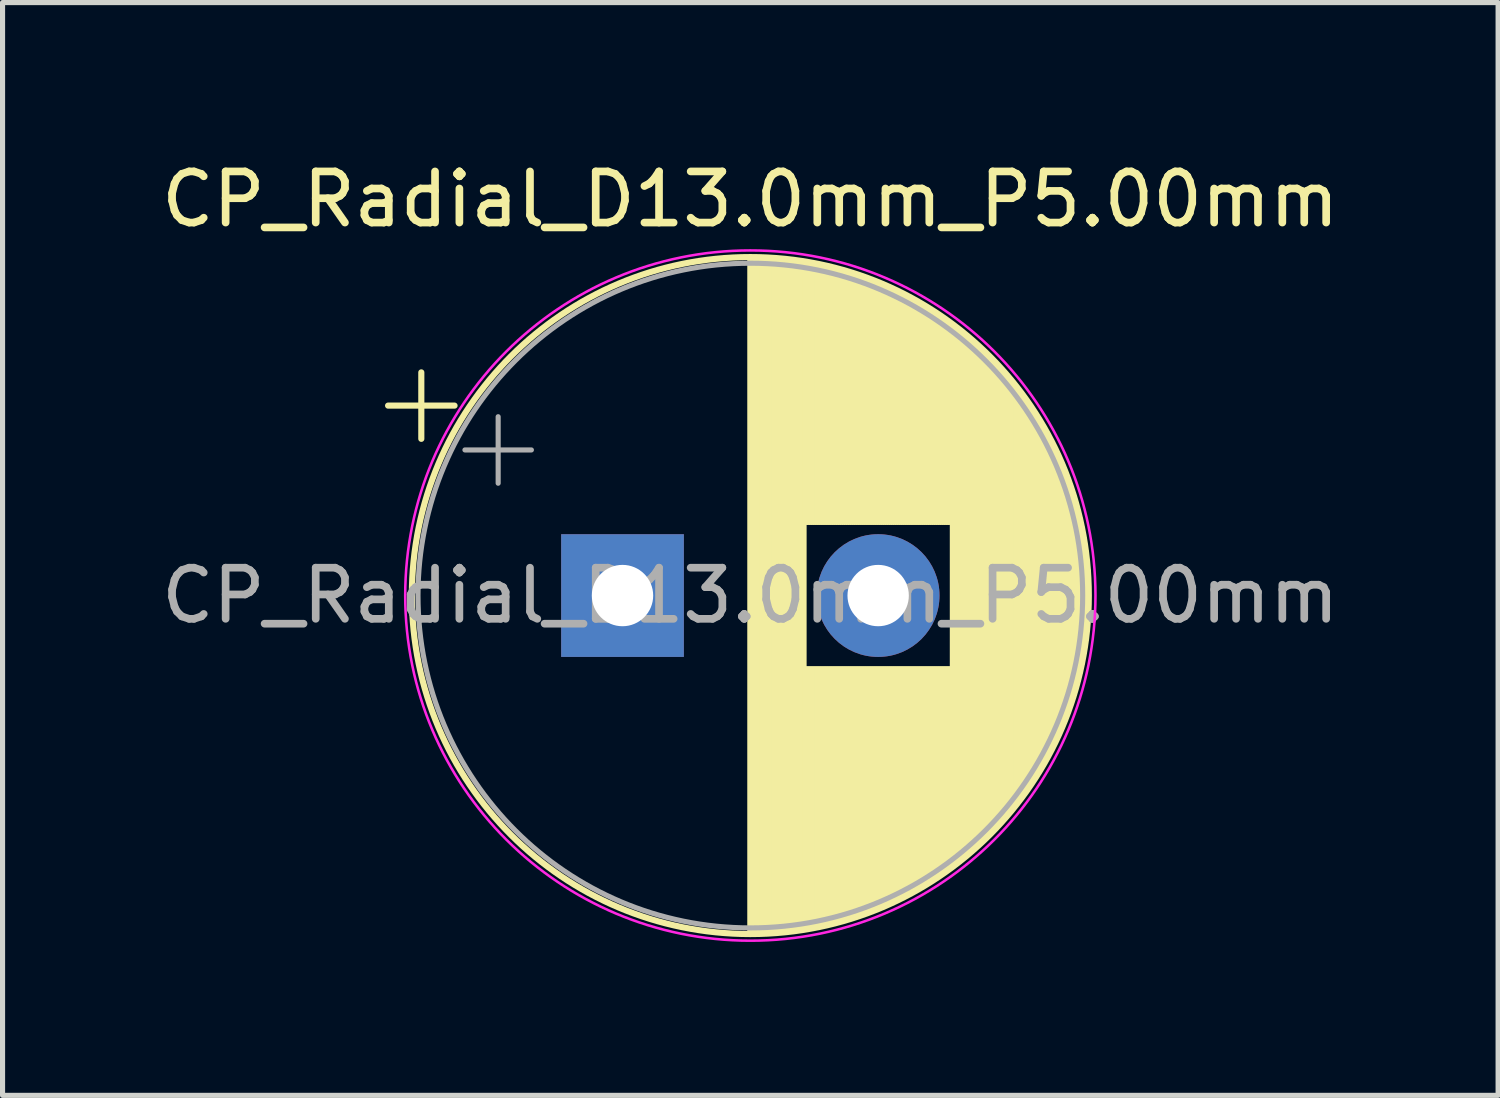
<source format=kicad_pcb>
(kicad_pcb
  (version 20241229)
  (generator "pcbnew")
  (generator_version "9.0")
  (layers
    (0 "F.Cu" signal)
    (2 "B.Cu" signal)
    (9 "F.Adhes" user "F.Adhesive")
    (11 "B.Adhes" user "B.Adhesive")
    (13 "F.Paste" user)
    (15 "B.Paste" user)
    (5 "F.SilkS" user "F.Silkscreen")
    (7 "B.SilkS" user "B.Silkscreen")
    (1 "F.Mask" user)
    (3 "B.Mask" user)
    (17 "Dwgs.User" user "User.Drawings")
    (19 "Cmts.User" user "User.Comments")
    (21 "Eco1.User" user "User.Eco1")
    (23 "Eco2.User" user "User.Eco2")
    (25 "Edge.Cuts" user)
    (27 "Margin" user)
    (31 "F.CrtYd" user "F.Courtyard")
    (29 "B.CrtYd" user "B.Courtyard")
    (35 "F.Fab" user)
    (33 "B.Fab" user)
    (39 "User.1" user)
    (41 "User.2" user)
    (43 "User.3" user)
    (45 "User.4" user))
  (footprint "CP_Radial_D13.0mm_P5.00mm"
    (layer "F.Cu")
    (at 9.125 8.598)
    (property "Reference" "CP_Radial_D13.0mm_P5.00mm" (at 2.5 -7.75 0) (layer "F.SilkS") (effects (font (size 1 1) (thickness 0.15))))
    (attr through_hole)
    (fp_line (start -4.585 -3.715) (end -3.285 -3.715) (stroke (width 0.12) (type solid)) (layer "F.SilkS"))
    (fp_line (start -3.935 -4.365) (end -3.935 -3.065) (stroke (width 0.12) (type solid)) (layer "F.SilkS"))
    (fp_line (start 2.5 -6.58) (end 2.5 6.58) (stroke (width 0.12) (type solid)) (layer "F.SilkS"))
    (fp_line (start 2.54 -6.58) (end 2.54 6.58) (stroke (width 0.12) (type solid)) (layer "F.SilkS"))
    (fp_line (start 2.58 -6.58) (end 2.58 6.58) (stroke (width 0.12) (type solid)) (layer "F.SilkS"))
    (fp_line (start 2.62 -6.579) (end 2.62 6.579) (stroke (width 0.12) (type solid)) (layer "F.SilkS"))
    (fp_line (start 2.66 -6.579) (end 2.66 6.579) (stroke (width 0.12) (type solid)) (layer "F.SilkS"))
    (fp_line (start 2.7 -6.577) (end 2.7 6.577) (stroke (width 0.12) (type solid)) (layer "F.SilkS"))
    (fp_line (start 2.74 -6.576) (end 2.74 6.576) (stroke (width 0.12) (type solid)) (layer "F.SilkS"))
    (fp_line (start 2.78 -6.575) (end 2.78 6.575) (stroke (width 0.12) (type solid)) (layer "F.SilkS"))
    (fp_line (start 2.82 -6.573) (end 2.82 6.573) (stroke (width 0.12) (type solid)) (layer "F.SilkS"))
    (fp_line (start 2.86 -6.571) (end 2.86 6.571) (stroke (width 0.12) (type solid)) (layer "F.SilkS"))
    (fp_line (start 2.9 -6.568) (end 2.9 6.568) (stroke (width 0.12) (type solid)) (layer "F.SilkS"))
    (fp_line (start 2.94 -6.566) (end 2.94 6.566) (stroke (width 0.12) (type solid)) (layer "F.SilkS"))
    (fp_line (start 2.98 -6.563) (end 2.98 6.563) (stroke (width 0.12) (type solid)) (layer "F.SilkS"))
    (fp_line (start 3.02 -6.56) (end 3.02 6.56) (stroke (width 0.12) (type solid)) (layer "F.SilkS"))
    (fp_line (start 3.06 -6.557) (end 3.06 6.557) (stroke (width 0.12) (type solid)) (layer "F.SilkS"))
    (fp_line (start 3.1 -6.553) (end 3.1 6.553) (stroke (width 0.12) (type solid)) (layer "F.SilkS"))
    (fp_line (start 3.14 -6.549) (end 3.14 6.549) (stroke (width 0.12) (type solid)) (layer "F.SilkS"))
    (fp_line (start 3.18 -6.545) (end 3.18 6.545) (stroke (width 0.12) (type solid)) (layer "F.SilkS"))
    (fp_line (start 3.221 -6.541) (end 3.221 6.541) (stroke (width 0.12) (type solid)) (layer "F.SilkS"))
    (fp_line (start 3.261 -6.537) (end 3.261 6.537) (stroke (width 0.12) (type solid)) (layer "F.SilkS"))
    (fp_line (start 3.301 -6.532) (end 3.301 6.532) (stroke (width 0.12) (type solid)) (layer "F.SilkS"))
    (fp_line (start 3.341 -6.527) (end 3.341 6.527) (stroke (width 0.12) (type solid)) (layer "F.SilkS"))
    (fp_line (start 3.381 -6.522) (end 3.381 6.522) (stroke (width 0.12) (type solid)) (layer "F.SilkS"))
    (fp_line (start 3.421 -6.516) (end 3.421 6.516) (stroke (width 0.12) (type solid)) (layer "F.SilkS"))
    (fp_line (start 3.461 -6.511) (end 3.461 6.511) (stroke (width 0.12) (type solid)) (layer "F.SilkS"))
    (fp_line (start 3.501 -6.505) (end 3.501 6.505) (stroke (width 0.12) (type solid)) (layer "F.SilkS"))
    (fp_line (start 3.541 -6.498) (end 3.541 6.498) (stroke (width 0.12) (type solid)) (layer "F.SilkS"))
    (fp_line (start 3.581 -6.492) (end 3.581 -1.44) (stroke (width 0.12) (type solid)) (layer "F.SilkS"))
    (fp_line (start 3.581 1.44) (end 3.581 6.492) (stroke (width 0.12) (type solid)) (layer "F.SilkS"))
    (fp_line (start 3.621 -6.485) (end 3.621 -1.44) (stroke (width 0.12) (type solid)) (layer "F.SilkS"))
    (fp_line (start 3.621 1.44) (end 3.621 6.485) (stroke (width 0.12) (type solid)) (layer "F.SilkS"))
    (fp_line (start 3.661 -6.478) (end 3.661 -1.44) (stroke (width 0.12) (type solid)) (layer "F.SilkS"))
    (fp_line (start 3.661 1.44) (end 3.661 6.478) (stroke (width 0.12) (type solid)) (layer "F.SilkS"))
    (fp_line (start 3.701 -6.471) (end 3.701 -1.44) (stroke (width 0.12) (type solid)) (layer "F.SilkS"))
    (fp_line (start 3.701 1.44) (end 3.701 6.471) (stroke (width 0.12) (type solid)) (layer "F.SilkS"))
    (fp_line (start 3.741 -6.463) (end 3.741 -1.44) (stroke (width 0.12) (type solid)) (layer "F.SilkS"))
    (fp_line (start 3.741 1.44) (end 3.741 6.463) (stroke (width 0.12) (type solid)) (layer "F.SilkS"))
    (fp_line (start 3.781 -6.456) (end 3.781 -1.44) (stroke (width 0.12) (type solid)) (layer "F.SilkS"))
    (fp_line (start 3.781 1.44) (end 3.781 6.456) (stroke (width 0.12) (type solid)) (layer "F.SilkS"))
    (fp_line (start 3.821 -6.448) (end 3.821 -1.44) (stroke (width 0.12) (type solid)) (layer "F.SilkS"))
    (fp_line (start 3.821 1.44) (end 3.821 6.448) (stroke (width 0.12) (type solid)) (layer "F.SilkS"))
    (fp_line (start 3.861 -6.439) (end 3.861 -1.44) (stroke (width 0.12) (type solid)) (layer "F.SilkS"))
    (fp_line (start 3.861 1.44) (end 3.861 6.439) (stroke (width 0.12) (type solid)) (layer "F.SilkS"))
    (fp_line (start 3.901 -6.431) (end 3.901 -1.44) (stroke (width 0.12) (type solid)) (layer "F.SilkS"))
    (fp_line (start 3.901 1.44) (end 3.901 6.431) (stroke (width 0.12) (type solid)) (layer "F.SilkS"))
    (fp_line (start 3.941 -6.422) (end 3.941 -1.44) (stroke (width 0.12) (type solid)) (layer "F.SilkS"))
    (fp_line (start 3.941 1.44) (end 3.941 6.422) (stroke (width 0.12) (type solid)) (layer "F.SilkS"))
    (fp_line (start 3.981 -6.413) (end 3.981 -1.44) (stroke (width 0.12) (type solid)) (layer "F.SilkS"))
    (fp_line (start 3.981 1.44) (end 3.981 6.413) (stroke (width 0.12) (type solid)) (layer "F.SilkS"))
    (fp_line (start 4.021 -6.404) (end 4.021 -1.44) (stroke (width 0.12) (type solid)) (layer "F.SilkS"))
    (fp_line (start 4.021 1.44) (end 4.021 6.404) (stroke (width 0.12) (type solid)) (layer "F.SilkS"))
    (fp_line (start 4.061 -6.394) (end 4.061 -1.44) (stroke (width 0.12) (type solid)) (layer "F.SilkS"))
    (fp_line (start 4.061 1.44) (end 4.061 6.394) (stroke (width 0.12) (type solid)) (layer "F.SilkS"))
    (fp_line (start 4.101 -6.384) (end 4.101 -1.44) (stroke (width 0.12) (type solid)) (layer "F.SilkS"))
    (fp_line (start 4.101 1.44) (end 4.101 6.384) (stroke (width 0.12) (type solid)) (layer "F.SilkS"))
    (fp_line (start 4.141 -6.374) (end 4.141 -1.44) (stroke (width 0.12) (type solid)) (layer "F.SilkS"))
    (fp_line (start 4.141 1.44) (end 4.141 6.374) (stroke (width 0.12) (type solid)) (layer "F.SilkS"))
    (fp_line (start 4.181 -6.364) (end 4.181 -1.44) (stroke (width 0.12) (type solid)) (layer "F.SilkS"))
    (fp_line (start 4.181 1.44) (end 4.181 6.364) (stroke (width 0.12) (type solid)) (layer "F.SilkS"))
    (fp_line (start 4.221 -6.353) (end 4.221 -1.44) (stroke (width 0.12) (type solid)) (layer "F.SilkS"))
    (fp_line (start 4.221 1.44) (end 4.221 6.353) (stroke (width 0.12) (type solid)) (layer "F.SilkS"))
    (fp_line (start 4.261 -6.342) (end 4.261 -1.44) (stroke (width 0.12) (type solid)) (layer "F.SilkS"))
    (fp_line (start 4.261 1.44) (end 4.261 6.342) (stroke (width 0.12) (type solid)) (layer "F.SilkS"))
    (fp_line (start 4.301 -6.331) (end 4.301 -1.44) (stroke (width 0.12) (type solid)) (layer "F.SilkS"))
    (fp_line (start 4.301 1.44) (end 4.301 6.331) (stroke (width 0.12) (type solid)) (layer "F.SilkS"))
    (fp_line (start 4.341 -6.32) (end 4.341 -1.44) (stroke (width 0.12) (type solid)) (layer "F.SilkS"))
    (fp_line (start 4.341 1.44) (end 4.341 6.32) (stroke (width 0.12) (type solid)) (layer "F.SilkS"))
    (fp_line (start 4.381 -6.308) (end 4.381 -1.44) (stroke (width 0.12) (type solid)) (layer "F.SilkS"))
    (fp_line (start 4.381 1.44) (end 4.381 6.308) (stroke (width 0.12) (type solid)) (layer "F.SilkS"))
    (fp_line (start 4.421 -6.296) (end 4.421 -1.44) (stroke (width 0.12) (type solid)) (layer "F.SilkS"))
    (fp_line (start 4.421 1.44) (end 4.421 6.296) (stroke (width 0.12) (type solid)) (layer "F.SilkS"))
    (fp_line (start 4.461 -6.284) (end 4.461 -1.44) (stroke (width 0.12) (type solid)) (layer "F.SilkS"))
    (fp_line (start 4.461 1.44) (end 4.461 6.284) (stroke (width 0.12) (type solid)) (layer "F.SilkS"))
    (fp_line (start 4.501 -6.271) (end 4.501 -1.44) (stroke (width 0.12) (type solid)) (layer "F.SilkS"))
    (fp_line (start 4.501 1.44) (end 4.501 6.271) (stroke (width 0.12) (type solid)) (layer "F.SilkS"))
    (fp_line (start 4.541 -6.258) (end 4.541 -1.44) (stroke (width 0.12) (type solid)) (layer "F.SilkS"))
    (fp_line (start 4.541 1.44) (end 4.541 6.258) (stroke (width 0.12) (type solid)) (layer "F.SilkS"))
    (fp_line (start 4.581 -6.245) (end 4.581 -1.44) (stroke (width 0.12) (type solid)) (layer "F.SilkS"))
    (fp_line (start 4.581 1.44) (end 4.581 6.245) (stroke (width 0.12) (type solid)) (layer "F.SilkS"))
    (fp_line (start 4.621 -6.232) (end 4.621 -1.44) (stroke (width 0.12) (type solid)) (layer "F.SilkS"))
    (fp_line (start 4.621 1.44) (end 4.621 6.232) (stroke (width 0.12) (type solid)) (layer "F.SilkS"))
    (fp_line (start 4.661 -6.218) (end 4.661 -1.44) (stroke (width 0.12) (type solid)) (layer "F.SilkS"))
    (fp_line (start 4.661 1.44) (end 4.661 6.218) (stroke (width 0.12) (type solid)) (layer "F.SilkS"))
    (fp_line (start 4.701 -6.204) (end 4.701 -1.44) (stroke (width 0.12) (type solid)) (layer "F.SilkS"))
    (fp_line (start 4.701 1.44) (end 4.701 6.204) (stroke (width 0.12) (type solid)) (layer "F.SilkS"))
    (fp_line (start 4.741 -6.19) (end 4.741 -1.44) (stroke (width 0.12) (type solid)) (layer "F.SilkS"))
    (fp_line (start 4.741 1.44) (end 4.741 6.19) (stroke (width 0.12) (type solid)) (layer "F.SilkS"))
    (fp_line (start 4.781 -6.175) (end 4.781 -1.44) (stroke (width 0.12) (type solid)) (layer "F.SilkS"))
    (fp_line (start 4.781 1.44) (end 4.781 6.175) (stroke (width 0.12) (type solid)) (layer "F.SilkS"))
    (fp_line (start 4.821 -6.161) (end 4.821 -1.44) (stroke (width 0.12) (type solid)) (layer "F.SilkS"))
    (fp_line (start 4.821 1.44) (end 4.821 6.161) (stroke (width 0.12) (type solid)) (layer "F.SilkS"))
    (fp_line (start 4.861 -6.146) (end 4.861 -1.44) (stroke (width 0.12) (type solid)) (layer "F.SilkS"))
    (fp_line (start 4.861 1.44) (end 4.861 6.146) (stroke (width 0.12) (type solid)) (layer "F.SilkS"))
    (fp_line (start 4.901 -6.13) (end 4.901 -1.44) (stroke (width 0.12) (type solid)) (layer "F.SilkS"))
    (fp_line (start 4.901 1.44) (end 4.901 6.13) (stroke (width 0.12) (type solid)) (layer "F.SilkS"))
    (fp_line (start 4.941 -6.114) (end 4.941 -1.44) (stroke (width 0.12) (type solid)) (layer "F.SilkS"))
    (fp_line (start 4.941 1.44) (end 4.941 6.114) (stroke (width 0.12) (type solid)) (layer "F.SilkS"))
    (fp_line (start 4.981 -6.098) (end 4.981 -1.44) (stroke (width 0.12) (type solid)) (layer "F.SilkS"))
    (fp_line (start 4.981 1.44) (end 4.981 6.098) (stroke (width 0.12) (type solid)) (layer "F.SilkS"))
    (fp_line (start 5.021 -6.082) (end 5.021 -1.44) (stroke (width 0.12) (type solid)) (layer "F.SilkS"))
    (fp_line (start 5.021 1.44) (end 5.021 6.082) (stroke (width 0.12) (type solid)) (layer "F.SilkS"))
    (fp_line (start 5.061 -6.065) (end 5.061 -1.44) (stroke (width 0.12) (type solid)) (layer "F.SilkS"))
    (fp_line (start 5.061 1.44) (end 5.061 6.065) (stroke (width 0.12) (type solid)) (layer "F.SilkS"))
    (fp_line (start 5.101 -6.049) (end 5.101 -1.44) (stroke (width 0.12) (type solid)) (layer "F.SilkS"))
    (fp_line (start 5.101 1.44) (end 5.101 6.049) (stroke (width 0.12) (type solid)) (layer "F.SilkS"))
    (fp_line (start 5.141 -6.031) (end 5.141 -1.44) (stroke (width 0.12) (type solid)) (layer "F.SilkS"))
    (fp_line (start 5.141 1.44) (end 5.141 6.031) (stroke (width 0.12) (type solid)) (layer "F.SilkS"))
    (fp_line (start 5.181 -6.014) (end 5.181 -1.44) (stroke (width 0.12) (type solid)) (layer "F.SilkS"))
    (fp_line (start 5.181 1.44) (end 5.181 6.014) (stroke (width 0.12) (type solid)) (layer "F.SilkS"))
    (fp_line (start 5.221 -5.996) (end 5.221 -1.44) (stroke (width 0.12) (type solid)) (layer "F.SilkS"))
    (fp_line (start 5.221 1.44) (end 5.221 5.996) (stroke (width 0.12) (type solid)) (layer "F.SilkS"))
    (fp_line (start 5.261 -5.978) (end 5.261 -1.44) (stroke (width 0.12) (type solid)) (layer "F.SilkS"))
    (fp_line (start 5.261 1.44) (end 5.261 5.978) (stroke (width 0.12) (type solid)) (layer "F.SilkS"))
    (fp_line (start 5.301 -5.959) (end 5.301 -1.44) (stroke (width 0.12) (type solid)) (layer "F.SilkS"))
    (fp_line (start 5.301 1.44) (end 5.301 5.959) (stroke (width 0.12) (type solid)) (layer "F.SilkS"))
    (fp_line (start 5.341 -5.94) (end 5.341 -1.44) (stroke (width 0.12) (type solid)) (layer "F.SilkS"))
    (fp_line (start 5.341 1.44) (end 5.341 5.94) (stroke (width 0.12) (type solid)) (layer "F.SilkS"))
    (fp_line (start 5.381 -5.921) (end 5.381 -1.44) (stroke (width 0.12) (type solid)) (layer "F.SilkS"))
    (fp_line (start 5.381 1.44) (end 5.381 5.921) (stroke (width 0.12) (type solid)) (layer "F.SilkS"))
    (fp_line (start 5.421 -5.902) (end 5.421 -1.44) (stroke (width 0.12) (type solid)) (layer "F.SilkS"))
    (fp_line (start 5.421 1.44) (end 5.421 5.902) (stroke (width 0.12) (type solid)) (layer "F.SilkS"))
    (fp_line (start 5.461 -5.882) (end 5.461 -1.44) (stroke (width 0.12) (type solid)) (layer "F.SilkS"))
    (fp_line (start 5.461 1.44) (end 5.461 5.882) (stroke (width 0.12) (type solid)) (layer "F.SilkS"))
    (fp_line (start 5.501 -5.862) (end 5.501 -1.44) (stroke (width 0.12) (type solid)) (layer "F.SilkS"))
    (fp_line (start 5.501 1.44) (end 5.501 5.862) (stroke (width 0.12) (type solid)) (layer "F.SilkS"))
    (fp_line (start 5.541 -5.841) (end 5.541 -1.44) (stroke (width 0.12) (type solid)) (layer "F.SilkS"))
    (fp_line (start 5.541 1.44) (end 5.541 5.841) (stroke (width 0.12) (type solid)) (layer "F.SilkS"))
    (fp_line (start 5.581 -5.82) (end 5.581 -1.44) (stroke (width 0.12) (type solid)) (layer "F.SilkS"))
    (fp_line (start 5.581 1.44) (end 5.581 5.82) (stroke (width 0.12) (type solid)) (layer "F.SilkS"))
    (fp_line (start 5.621 -5.799) (end 5.621 -1.44) (stroke (width 0.12) (type solid)) (layer "F.SilkS"))
    (fp_line (start 5.621 1.44) (end 5.621 5.799) (stroke (width 0.12) (type solid)) (layer "F.SilkS"))
    (fp_line (start 5.661 -5.778) (end 5.661 -1.44) (stroke (width 0.12) (type solid)) (layer "F.SilkS"))
    (fp_line (start 5.661 1.44) (end 5.661 5.778) (stroke (width 0.12) (type solid)) (layer "F.SilkS"))
    (fp_line (start 5.701 -5.756) (end 5.701 -1.44) (stroke (width 0.12) (type solid)) (layer "F.SilkS"))
    (fp_line (start 5.701 1.44) (end 5.701 5.756) (stroke (width 0.12) (type solid)) (layer "F.SilkS"))
    (fp_line (start 5.741 -5.733) (end 5.741 -1.44) (stroke (width 0.12) (type solid)) (layer "F.SilkS"))
    (fp_line (start 5.741 1.44) (end 5.741 5.733) (stroke (width 0.12) (type solid)) (layer "F.SilkS"))
    (fp_line (start 5.781 -5.711) (end 5.781 -1.44) (stroke (width 0.12) (type solid)) (layer "F.SilkS"))
    (fp_line (start 5.781 1.44) (end 5.781 5.711) (stroke (width 0.12) (type solid)) (layer "F.SilkS"))
    (fp_line (start 5.821 -5.688) (end 5.821 -1.44) (stroke (width 0.12) (type solid)) (layer "F.SilkS"))
    (fp_line (start 5.821 1.44) (end 5.821 5.688) (stroke (width 0.12) (type solid)) (layer "F.SilkS"))
    (fp_line (start 5.861 -5.664) (end 5.861 -1.44) (stroke (width 0.12) (type solid)) (layer "F.SilkS"))
    (fp_line (start 5.861 1.44) (end 5.861 5.664) (stroke (width 0.12) (type solid)) (layer "F.SilkS"))
    (fp_line (start 5.901 -5.641) (end 5.901 -1.44) (stroke (width 0.12) (type solid)) (layer "F.SilkS"))
    (fp_line (start 5.901 1.44) (end 5.901 5.641) (stroke (width 0.12) (type solid)) (layer "F.SilkS"))
    (fp_line (start 5.941 -5.617) (end 5.941 -1.44) (stroke (width 0.12) (type solid)) (layer "F.SilkS"))
    (fp_line (start 5.941 1.44) (end 5.941 5.617) (stroke (width 0.12) (type solid)) (layer "F.SilkS"))
    (fp_line (start 5.981 -5.592) (end 5.981 -1.44) (stroke (width 0.12) (type solid)) (layer "F.SilkS"))
    (fp_line (start 5.981 1.44) (end 5.981 5.592) (stroke (width 0.12) (type solid)) (layer "F.SilkS"))
    (fp_line (start 6.021 -5.567) (end 6.021 -1.44) (stroke (width 0.12) (type solid)) (layer "F.SilkS"))
    (fp_line (start 6.021 1.44) (end 6.021 5.567) (stroke (width 0.12) (type solid)) (layer "F.SilkS"))
    (fp_line (start 6.061 -5.542) (end 6.061 -1.44) (stroke (width 0.12) (type solid)) (layer "F.SilkS"))
    (fp_line (start 6.061 1.44) (end 6.061 5.542) (stroke (width 0.12) (type solid)) (layer "F.SilkS"))
    (fp_line (start 6.101 -5.516) (end 6.101 -1.44) (stroke (width 0.12) (type solid)) (layer "F.SilkS"))
    (fp_line (start 6.101 1.44) (end 6.101 5.516) (stroke (width 0.12) (type solid)) (layer "F.SilkS"))
    (fp_line (start 6.141 -5.49) (end 6.141 -1.44) (stroke (width 0.12) (type solid)) (layer "F.SilkS"))
    (fp_line (start 6.141 1.44) (end 6.141 5.49) (stroke (width 0.12) (type solid)) (layer "F.SilkS"))
    (fp_line (start 6.181 -5.463) (end 6.181 -1.44) (stroke (width 0.12) (type solid)) (layer "F.SilkS"))
    (fp_line (start 6.181 1.44) (end 6.181 5.463) (stroke (width 0.12) (type solid)) (layer "F.SilkS"))
    (fp_line (start 6.221 -5.436) (end 6.221 -1.44) (stroke (width 0.12) (type solid)) (layer "F.SilkS"))
    (fp_line (start 6.221 1.44) (end 6.221 5.436) (stroke (width 0.12) (type solid)) (layer "F.SilkS"))
    (fp_line (start 6.261 -5.409) (end 6.261 -1.44) (stroke (width 0.12) (type solid)) (layer "F.SilkS"))
    (fp_line (start 6.261 1.44) (end 6.261 5.409) (stroke (width 0.12) (type solid)) (layer "F.SilkS"))
    (fp_line (start 6.301 -5.381) (end 6.301 -1.44) (stroke (width 0.12) (type solid)) (layer "F.SilkS"))
    (fp_line (start 6.301 1.44) (end 6.301 5.381) (stroke (width 0.12) (type solid)) (layer "F.SilkS"))
    (fp_line (start 6.341 -5.353) (end 6.341 -1.44) (stroke (width 0.12) (type solid)) (layer "F.SilkS"))
    (fp_line (start 6.341 1.44) (end 6.341 5.353) (stroke (width 0.12) (type solid)) (layer "F.SilkS"))
    (fp_line (start 6.381 -5.324) (end 6.381 -1.44) (stroke (width 0.12) (type solid)) (layer "F.SilkS"))
    (fp_line (start 6.381 1.44) (end 6.381 5.324) (stroke (width 0.12) (type solid)) (layer "F.SilkS"))
    (fp_line (start 6.421 -5.295) (end 6.421 -1.44) (stroke (width 0.12) (type solid)) (layer "F.SilkS"))
    (fp_line (start 6.421 1.44) (end 6.421 5.295) (stroke (width 0.12) (type solid)) (layer "F.SilkS"))
    (fp_line (start 6.461 -5.265) (end 6.461 5.265) (stroke (width 0.12) (type solid)) (layer "F.SilkS"))
    (fp_line (start 6.501 -5.235) (end 6.501 5.235) (stroke (width 0.12) (type solid)) (layer "F.SilkS"))
    (fp_line (start 6.541 -5.205) (end 6.541 5.205) (stroke (width 0.12) (type solid)) (layer "F.SilkS"))
    (fp_line (start 6.581 -5.174) (end 6.581 5.174) (stroke (width 0.12) (type solid)) (layer "F.SilkS"))
    (fp_line (start 6.621 -5.142) (end 6.621 5.142) (stroke (width 0.12) (type solid)) (layer "F.SilkS"))
    (fp_line (start 6.661 -5.11) (end 6.661 5.11) (stroke (width 0.12) (type solid)) (layer "F.SilkS"))
    (fp_line (start 6.701 -5.078) (end 6.701 5.078) (stroke (width 0.12) (type solid)) (layer "F.SilkS"))
    (fp_line (start 6.741 -5.044) (end 6.741 5.044) (stroke (width 0.12) (type solid)) (layer "F.SilkS"))
    (fp_line (start 6.781 -5.011) (end 6.781 5.011) (stroke (width 0.12) (type solid)) (layer "F.SilkS"))
    (fp_line (start 6.821 -4.977) (end 6.821 4.977) (stroke (width 0.12) (type solid)) (layer "F.SilkS"))
    (fp_line (start 6.861 -4.942) (end 6.861 4.942) (stroke (width 0.12) (type solid)) (layer "F.SilkS"))
    (fp_line (start 6.901 -4.907) (end 6.901 4.907) (stroke (width 0.12) (type solid)) (layer "F.SilkS"))
    (fp_line (start 6.941 -4.871) (end 6.941 4.871) (stroke (width 0.12) (type solid)) (layer "F.SilkS"))
    (fp_line (start 6.981 -4.834) (end 6.981 4.834) (stroke (width 0.12) (type solid)) (layer "F.SilkS"))
    (fp_line (start 7.021 -4.797) (end 7.021 4.797) (stroke (width 0.12) (type solid)) (layer "F.SilkS"))
    (fp_line (start 7.061 -4.76) (end 7.061 4.76) (stroke (width 0.12) (type solid)) (layer "F.SilkS"))
    (fp_line (start 7.101 -4.721) (end 7.101 4.721) (stroke (width 0.12) (type solid)) (layer "F.SilkS"))
    (fp_line (start 7.141 -4.682) (end 7.141 4.682) (stroke (width 0.12) (type solid)) (layer "F.SilkS"))
    (fp_line (start 7.181 -4.643) (end 7.181 4.643) (stroke (width 0.12) (type solid)) (layer "F.SilkS"))
    (fp_line (start 7.221 -4.602) (end 7.221 4.602) (stroke (width 0.12) (type solid)) (layer "F.SilkS"))
    (fp_line (start 7.261 -4.561) (end 7.261 4.561) (stroke (width 0.12) (type solid)) (layer "F.SilkS"))
    (fp_line (start 7.301 -4.519) (end 7.301 4.519) (stroke (width 0.12) (type solid)) (layer "F.SilkS"))
    (fp_line (start 7.341 -4.477) (end 7.341 4.477) (stroke (width 0.12) (type solid)) (layer "F.SilkS"))
    (fp_line (start 7.381 -4.434) (end 7.381 4.434) (stroke (width 0.12) (type solid)) (layer "F.SilkS"))
    (fp_line (start 7.421 -4.39) (end 7.421 4.39) (stroke (width 0.12) (type solid)) (layer "F.SilkS"))
    (fp_line (start 7.461 -4.345) (end 7.461 4.345) (stroke (width 0.12) (type solid)) (layer "F.SilkS"))
    (fp_line (start 7.501 -4.299) (end 7.501 4.299) (stroke (width 0.12) (type solid)) (layer "F.SilkS"))
    (fp_line (start 7.541 -4.253) (end 7.541 4.253) (stroke (width 0.12) (type solid)) (layer "F.SilkS"))
    (fp_line (start 7.581 -4.205) (end 7.581 4.205) (stroke (width 0.12) (type solid)) (layer "F.SilkS"))
    (fp_line (start 7.621 -4.157) (end 7.621 4.157) (stroke (width 0.12) (type solid)) (layer "F.SilkS"))
    (fp_line (start 7.661 -4.108) (end 7.661 4.108) (stroke (width 0.12) (type solid)) (layer "F.SilkS"))
    (fp_line (start 7.701 -4.057) (end 7.701 4.057) (stroke (width 0.12) (type solid)) (layer "F.SilkS"))
    (fp_line (start 7.741 -4.006) (end 7.741 4.006) (stroke (width 0.12) (type solid)) (layer "F.SilkS"))
    (fp_line (start 7.781 -3.954) (end 7.781 3.954) (stroke (width 0.12) (type solid)) (layer "F.SilkS"))
    (fp_line (start 7.821 -3.9) (end 7.821 3.9) (stroke (width 0.12) (type solid)) (layer "F.SilkS"))
    (fp_line (start 7.861 -3.846) (end 7.861 3.846) (stroke (width 0.12) (type solid)) (layer "F.SilkS"))
    (fp_line (start 7.901 -3.79) (end 7.901 3.79) (stroke (width 0.12) (type solid)) (layer "F.SilkS"))
    (fp_line (start 7.941 -3.733) (end 7.941 3.733) (stroke (width 0.12) (type solid)) (layer "F.SilkS"))
    (fp_line (start 7.981 -3.675) (end 7.981 3.675) (stroke (width 0.12) (type solid)) (layer "F.SilkS"))
    (fp_line (start 8.021 -3.615) (end 8.021 3.615) (stroke (width 0.12) (type solid)) (layer "F.SilkS"))
    (fp_line (start 8.061 -3.554) (end 8.061 3.554) (stroke (width 0.12) (type solid)) (layer "F.SilkS"))
    (fp_line (start 8.101 -3.491) (end 8.101 3.491) (stroke (width 0.12) (type solid)) (layer "F.SilkS"))
    (fp_line (start 8.141 -3.427) (end 8.141 3.427) (stroke (width 0.12) (type solid)) (layer "F.SilkS"))
    (fp_line (start 8.181 -3.361) (end 8.181 3.361) (stroke (width 0.12) (type solid)) (layer "F.SilkS"))
    (fp_line (start 8.221 -3.293) (end 8.221 3.293) (stroke (width 0.12) (type solid)) (layer "F.SilkS"))
    (fp_line (start 8.261 -3.223) (end 8.261 3.223) (stroke (width 0.12) (type solid)) (layer "F.SilkS"))
    (fp_line (start 8.301 -3.152) (end 8.301 3.152) (stroke (width 0.12) (type solid)) (layer "F.SilkS"))
    (fp_line (start 8.341 -3.078) (end 8.341 3.078) (stroke (width 0.12) (type solid)) (layer "F.SilkS"))
    (fp_line (start 8.381 -3.002) (end 8.381 3.002) (stroke (width 0.12) (type solid)) (layer "F.SilkS"))
    (fp_line (start 8.421 -2.923) (end 8.421 2.923) (stroke (width 0.12) (type solid)) (layer "F.SilkS"))
    (fp_line (start 8.461 -2.842) (end 8.461 2.842) (stroke (width 0.12) (type solid)) (layer "F.SilkS"))
    (fp_line (start 8.501 -2.758) (end 8.501 2.758) (stroke (width 0.12) (type solid)) (layer "F.SilkS"))
    (fp_line (start 8.541 -2.67) (end 8.541 2.67) (stroke (width 0.12) (type solid)) (layer "F.SilkS"))
    (fp_line (start 8.581 -2.579) (end 8.581 2.579) (stroke (width 0.12) (type solid)) (layer "F.SilkS"))
    (fp_line (start 8.621 -2.484) (end 8.621 2.484) (stroke (width 0.12) (type solid)) (layer "F.SilkS"))
    (fp_line (start 8.661 -2.385) (end 8.661 2.385) (stroke (width 0.12) (type solid)) (layer "F.SilkS"))
    (fp_line (start 8.701 -2.281) (end 8.701 2.281) (stroke (width 0.12) (type solid)) (layer "F.SilkS"))
    (fp_line (start 8.741 -2.171) (end 8.741 2.171) (stroke (width 0.12) (type solid)) (layer "F.SilkS"))
    (fp_line (start 8.781 -2.055) (end 8.781 2.055) (stroke (width 0.12) (type solid)) (layer "F.SilkS"))
    (fp_line (start 8.821 -1.931) (end 8.821 1.931) (stroke (width 0.12) (type solid)) (layer "F.SilkS"))
    (fp_line (start 8.861 -1.798) (end 8.861 1.798) (stroke (width 0.12) (type solid)) (layer "F.SilkS"))
    (fp_line (start 8.901 -1.653) (end 8.901 1.653) (stroke (width 0.12) (type solid)) (layer "F.SilkS"))
    (fp_line (start 8.941 -1.494) (end 8.941 1.494) (stroke (width 0.12) (type solid)) (layer "F.SilkS"))
    (fp_line (start 8.981 -1.315) (end 8.981 1.315) (stroke (width 0.12) (type solid)) (layer "F.SilkS"))
    (fp_line (start 9.021 -1.107) (end 9.021 1.107) (stroke (width 0.12) (type solid)) (layer "F.SilkS"))
    (fp_line (start 9.061 -0.85) (end 9.061 0.85) (stroke (width 0.12) (type solid)) (layer "F.SilkS"))
    (fp_line (start 9.101 -0.475) (end 9.101 0.475) (stroke (width 0.12) (type solid)) (layer "F.SilkS"))
    (fp_circle (center 2.5 0) (end 9.12 0) (stroke (width 0.12) (type solid)) (fill no) (layer "F.SilkS"))
    (fp_circle (center 2.5 0) (end 9.25 0) (stroke (width 0.05) (type solid)) (fill no) (layer "F.CrtYd"))
    (fp_line (start -3.082 -2.848) (end -1.782 -2.848) (stroke (width 0.1) (type solid)) (layer "F.Fab"))
    (fp_line (start -2.432 -3.498) (end -2.432 -2.197) (stroke (width 0.1) (type solid)) (layer "F.Fab"))
    (fp_circle (center 2.5 0) (end 9 0) (stroke (width 0.1) (type solid)) (fill no) (layer "F.Fab"))
    (fp_text user "${REFERENCE}" (at 2.5 0 0) (layer "F.Fab") (effects (font (size 1 1) (thickness 0.15))))
    (pad "1" thru_hole rect (at 0 0) (size 2.4 2.4) (drill 1.2) (layers "*.Cu" "*.Mask"))
    (pad "2" thru_hole circle (at 5 0) (size 2.4 2.4) (drill 1.2) (layers "*.Cu" "*.Mask")))
  (gr_rect
    (start -3 -3)
    (end 26.25 18.373)
    (stroke (width 0.1) (type default))
    (fill no)
    (layer "Edge.Cuts")))
</source>
